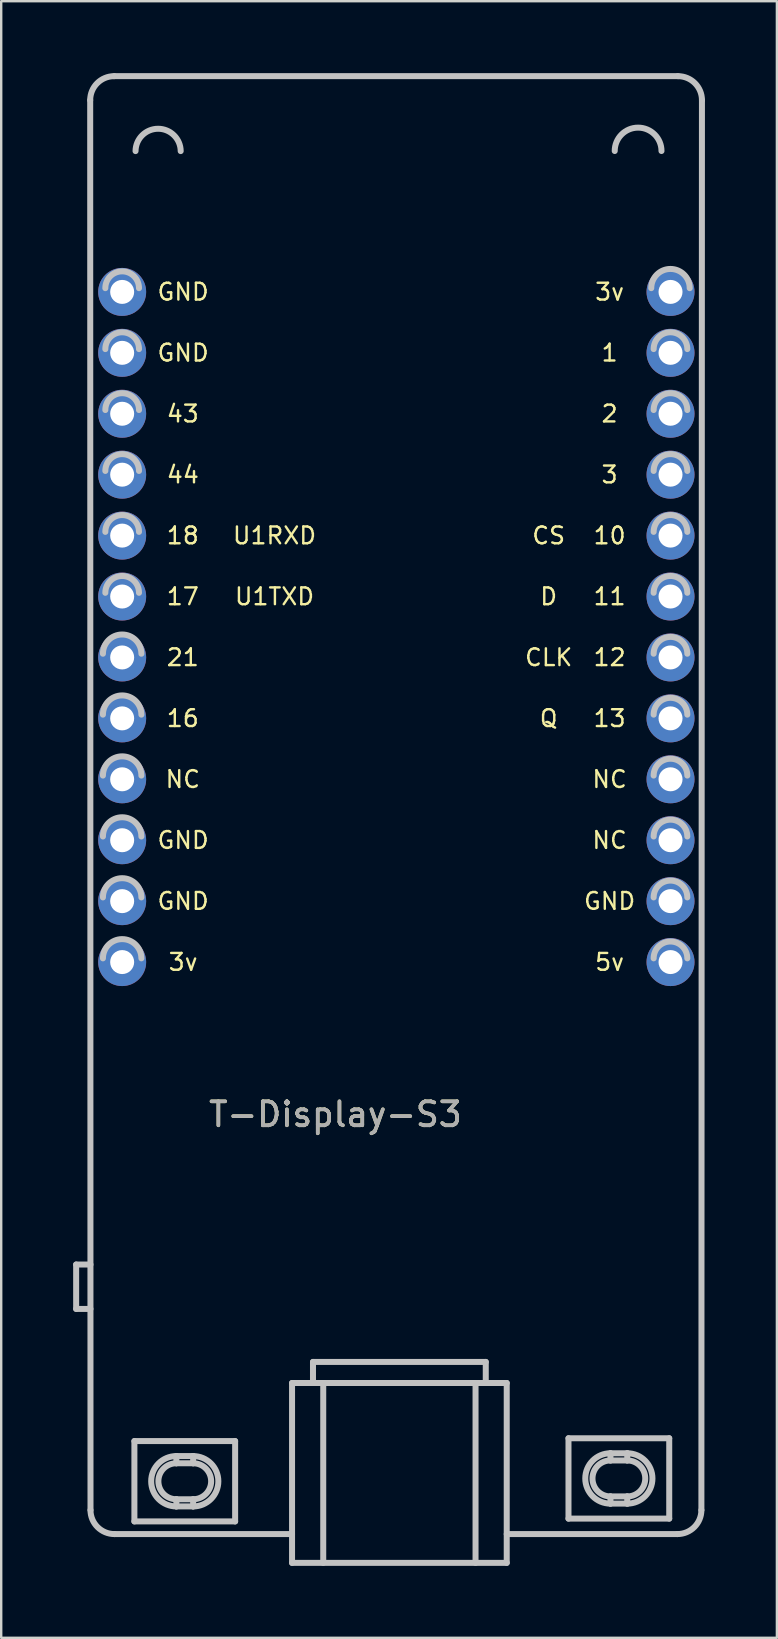
<source format=kicad_pcb>
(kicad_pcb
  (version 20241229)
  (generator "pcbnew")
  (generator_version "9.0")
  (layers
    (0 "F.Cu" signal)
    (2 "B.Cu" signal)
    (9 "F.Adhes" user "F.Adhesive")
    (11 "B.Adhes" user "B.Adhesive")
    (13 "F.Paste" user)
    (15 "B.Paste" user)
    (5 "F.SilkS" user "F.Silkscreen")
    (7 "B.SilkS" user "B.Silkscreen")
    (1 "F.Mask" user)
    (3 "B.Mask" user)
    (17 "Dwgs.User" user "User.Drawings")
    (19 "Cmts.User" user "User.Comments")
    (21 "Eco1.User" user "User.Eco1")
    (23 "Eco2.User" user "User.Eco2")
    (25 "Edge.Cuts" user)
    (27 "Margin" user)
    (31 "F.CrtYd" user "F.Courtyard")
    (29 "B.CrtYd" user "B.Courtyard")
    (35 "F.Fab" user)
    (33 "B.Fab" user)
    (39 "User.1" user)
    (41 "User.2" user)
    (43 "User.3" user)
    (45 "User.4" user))
  (footprint "T-Display-S3"
    (layer "F.Cu")
    (at 24.905 42.14)
    (property "Reference" "T-Display-S3" (at -13.97 1.27 0) (unlocked yes) (layer "F.SilkS") (effects (font (size 1 1) (thickness 0.15))))
    (attr smd)
    (fp_line (start -24.78 9.38) (end -24.78 7.53) (stroke (width 0.25) (type solid)) (layer "Dwgs.User"))
    (fp_line (start -24.184 7.53) (end -24.78 7.53) (stroke (width 0.25) (type solid)) (layer "Dwgs.User"))
    (fp_line (start -24.184 9.38) (end -24.78 9.38) (stroke (width 0.25) (type solid)) (layer "Dwgs.User"))
    (fp_line (start -24.182 17.768) (end -24.195 -41.014) (stroke (width 0.25) (type solid)) (layer "Dwgs.User"))
    (fp_line (start -23.195 -42.015) (end 0.31 -42.015) (stroke (width 0.25) (type solid)) (layer "Dwgs.User"))
    (fp_line (start -22.352 14.89) (end -22.352 18.24) (stroke (width 0.25) (type solid)) (layer "Dwgs.User"))
    (fp_line (start -22.352 18.24) (end -18.152 18.24) (stroke (width 0.25) (type solid)) (layer "Dwgs.User"))
    (fp_line (start -20.602 15.815) (end -20.602 15.515) (stroke (width 0.25) (type solid)) (layer "Dwgs.User"))
    (fp_line (start -20.602 17.315) (end -20.602 17.615) (stroke (width 0.25) (type solid)) (layer "Dwgs.User"))
    (fp_line (start -20.602 17.315) (end -19.902 17.315) (stroke (width 0.25) (type solid)) (layer "Dwgs.User"))
    (fp_line (start -20.602 17.615) (end -19.902 17.615) (stroke (width 0.25) (type solid)) (layer "Dwgs.User"))
    (fp_line (start -19.902 15.515) (end -20.602 15.515) (stroke (width 0.25) (type solid)) (layer "Dwgs.User"))
    (fp_line (start -19.902 15.815) (end -20.602 15.815) (stroke (width 0.25) (type solid)) (layer "Dwgs.User"))
    (fp_line (start -19.902 15.815) (end -19.902 15.515) (stroke (width 0.25) (type solid)) (layer "Dwgs.User"))
    (fp_line (start -19.902 17.315) (end -19.902 17.615) (stroke (width 0.25) (type solid)) (layer "Dwgs.User"))
    (fp_line (start -18.152 14.89) (end -22.352 14.89) (stroke (width 0.25) (type solid)) (layer "Dwgs.User"))
    (fp_line (start -18.152 18.24) (end -18.152 14.89) (stroke (width 0.25) (type solid)) (layer "Dwgs.User"))
    (fp_line (start -15.779 12.468) (end -15.779 19.968) (stroke (width 0.25) (type solid)) (layer "Dwgs.User"))
    (fp_line (start -15.779 18.768) (end -23.182 18.768) (stroke (width 0.25) (type solid)) (layer "Dwgs.User"))
    (fp_line (start -15.779 19.968) (end -6.829 19.968) (stroke (width 0.25) (type solid)) (layer "Dwgs.User"))
    (fp_line (start -14.906 11.59) (end -14.906 12.468) (stroke (width 0.25) (type solid)) (layer "Dwgs.User"))
    (fp_line (start -14.479 12.468) (end -14.479 19.968) (stroke (width 0.25) (type solid)) (layer "Dwgs.User"))
    (fp_line (start -8.129 19.968) (end -8.129 12.468) (stroke (width 0.25) (type solid)) (layer "Dwgs.User"))
    (fp_line (start -7.703 11.59) (end -14.906 11.59) (stroke (width 0.25) (type solid)) (layer "Dwgs.User"))
    (fp_line (start -7.703 12.468) (end -7.703 11.59) (stroke (width 0.25) (type solid)) (layer "Dwgs.User"))
    (fp_line (start -6.829 12.468) (end -15.779 12.468) (stroke (width 0.25) (type solid)) (layer "Dwgs.User"))
    (fp_line (start -6.829 19.968) (end -6.829 12.468) (stroke (width 0.25) (type solid)) (layer "Dwgs.User"))
    (fp_line (start -4.254 14.773) (end -4.254 18.123) (stroke (width 0.25) (type solid)) (layer "Dwgs.User"))
    (fp_line (start -4.254 18.123) (end -0.054 18.123) (stroke (width 0.25) (type solid)) (layer "Dwgs.User"))
    (fp_line (start -2.504 15.698) (end -2.504 15.398) (stroke (width 0.25) (type solid)) (layer "Dwgs.User"))
    (fp_line (start -2.504 17.198) (end -2.504 17.498) (stroke (width 0.25) (type solid)) (layer "Dwgs.User"))
    (fp_line (start -2.504 17.198) (end -1.804 17.198) (stroke (width 0.25) (type solid)) (layer "Dwgs.User"))
    (fp_line (start -2.504 17.498) (end -1.804 17.498) (stroke (width 0.25) (type solid)) (layer "Dwgs.User"))
    (fp_line (start -1.804 15.398) (end -2.504 15.398) (stroke (width 0.25) (type solid)) (layer "Dwgs.User"))
    (fp_line (start -1.804 15.698) (end -2.504 15.698) (stroke (width 0.25) (type solid)) (layer "Dwgs.User"))
    (fp_line (start -1.804 15.698) (end -1.804 15.398) (stroke (width 0.25) (type solid)) (layer "Dwgs.User"))
    (fp_line (start -1.804 17.198) (end -1.804 17.498) (stroke (width 0.25) (type solid)) (layer "Dwgs.User"))
    (fp_line (start -0.054 14.773) (end -4.254 14.773) (stroke (width 0.25) (type solid)) (layer "Dwgs.User"))
    (fp_line (start -0.054 18.123) (end -0.054 14.773) (stroke (width 0.25) (type solid)) (layer "Dwgs.User"))
    (fp_line (start 0.287 18.768) (end -6.829 18.768) (stroke (width 0.25) (type solid)) (layer "Dwgs.User"))
    (fp_line (start 1.31 -41.014) (end 1.287 17.768) (stroke (width 0.25) (type solid)) (layer "Dwgs.User"))
    (fp_arc (start -24.194935 -41.014488) (mid -23.902119 -41.721734) (end -23.194936 -42.014704) (stroke (width 0.25) (type solid)) (layer "Dwgs.User"))
    (fp_arc (start -23.663463 -17.935504) (mid -22.861864 -18.737103) (end -22.060265 -17.935504) (stroke (width 0.25) (type solid)) (layer "Dwgs.User"))
    (fp_arc (start -23.663463 -15.395504) (mid -22.861864 -16.197103) (end -22.060265 -15.395504) (stroke (width 0.25) (type solid)) (layer "Dwgs.User"))
    (fp_arc (start -23.663463 -12.855504) (mid -22.861864 -13.657103) (end -22.060265 -12.855504) (stroke (width 0.25) (type solid)) (layer "Dwgs.User"))
    (fp_arc (start -23.663463 -10.315504) (mid -22.861864 -11.117103) (end -22.060265 -10.315504) (stroke (width 0.25) (type solid)) (layer "Dwgs.User"))
    (fp_arc (start -23.663463 -7.775504) (mid -22.861864 -8.577103) (end -22.060265 -7.775504) (stroke (width 0.25) (type solid)) (layer "Dwgs.User"))
    (fp_arc (start -23.663463 -5.235504) (mid -22.861864 -6.037103) (end -22.060265 -5.235504) (stroke (width 0.25) (type solid)) (layer "Dwgs.User"))
    (fp_arc (start -23.563463 -33.175504) (mid -22.861864 -33.877103) (end -22.160265 -33.175504) (stroke (width 0.25) (type solid)) (layer "Dwgs.User"))
    (fp_arc (start -23.563463 -30.635504) (mid -22.861864 -31.337103) (end -22.160265 -30.635504) (stroke (width 0.25) (type solid)) (layer "Dwgs.User"))
    (fp_arc (start -23.563463 -28.095504) (mid -22.861864 -28.797103) (end -22.160265 -28.095504) (stroke (width 0.25) (type solid)) (layer "Dwgs.User"))
    (fp_arc (start -23.563463 -25.555504) (mid -22.861864 -26.257103) (end -22.160265 -25.555504) (stroke (width 0.25) (type solid)) (layer "Dwgs.User"))
    (fp_arc (start -23.563463 -23.015504) (mid -22.861864 -23.717103) (end -22.160265 -23.015504) (stroke (width 0.25) (type solid)) (layer "Dwgs.User"))
    (fp_arc (start -23.563463 -20.475504) (mid -22.861864 -21.177103) (end -22.160265 -20.475504) (stroke (width 0.25) (type solid)) (layer "Dwgs.User"))
    (fp_arc (start -23.182212 18.767504) (mid -23.889242 18.474687) (end -24.182212 17.76772) (stroke (width 0.25) (type solid)) (layer "Dwgs.User"))
    (fp_arc (start -22.304036 -38.890507) (mid -21.362862 -39.831681) (end -20.421688 -38.890507) (stroke (width 0.25) (type solid)) (layer "Dwgs.User"))
    (fp_arc (start -20.601865 17.315496) (mid -21.351865 16.565496) (end -20.601865 15.815496) (stroke (width 0.25) (type solid)) (layer "Dwgs.User"))
    (fp_arc (start -20.601865 17.615497) (mid -21.651866 16.565496) (end -20.601865 15.515496) (stroke (width 0.25) (type solid)) (layer "Dwgs.User"))
    (fp_arc (start -19.901865 15.515496) (mid -18.851864 16.565497) (end -19.901865 17.615497) (stroke (width 0.25) (type solid)) (layer "Dwgs.User"))
    (fp_arc (start -19.901865 15.815496) (mid -19.151865 16.565496) (end -19.901865 17.315496) (stroke (width 0.25) (type solid)) (layer "Dwgs.User"))
    (fp_arc (start -2.503865 17.198296) (mid -3.253866 16.448295) (end -2.503865 15.698295) (stroke (width 0.25) (type solid)) (layer "Dwgs.User"))
    (fp_arc (start -2.503864 17.498295) (mid -3.553865 16.448295) (end -2.503864 15.398295) (stroke (width 0.25) (type solid)) (layer "Dwgs.User"))
    (fp_arc (start -2.326355 -38.894106) (mid -1.351506 -39.868956) (end -0.376656 -38.894106) (stroke (width 0.25) (type solid)) (layer "Dwgs.User"))
    (fp_arc (start -1.803865 15.398295) (mid -0.753864 16.448295) (end -1.803865 17.498295) (stroke (width 0.25) (type solid)) (layer "Dwgs.User"))
    (fp_arc (start -1.803865 15.698295) (mid -1.053865 16.448295) (end -1.803865 17.198295) (stroke (width 0.25) (type solid)) (layer "Dwgs.User"))
    (fp_arc (start -0.803463 -33.175903) (mid -0.001864 -33.977502) (end 0.799735 -33.175903) (stroke (width 0.25) (type solid)) (layer "Dwgs.User"))
    (fp_arc (start -0.703463 -30.635903) (mid -0.001864 -31.337502) (end 0.699736 -30.635903) (stroke (width 0.25) (type solid)) (layer "Dwgs.User"))
    (fp_arc (start -0.703463 -28.095903) (mid -0.001864 -28.797502) (end 0.699736 -28.095903) (stroke (width 0.25) (type solid)) (layer "Dwgs.User"))
    (fp_arc (start -0.703463 -25.555903) (mid -0.001864 -26.257502) (end 0.699736 -25.555903) (stroke (width 0.25) (type solid)) (layer "Dwgs.User"))
    (fp_arc (start -0.703463 -23.015903) (mid -0.001864 -23.717502) (end 0.699736 -23.015903) (stroke (width 0.25) (type solid)) (layer "Dwgs.User"))
    (fp_arc (start -0.703463 -20.475903) (mid -0.001864 -21.177502) (end 0.699736 -20.475903) (stroke (width 0.25) (type solid)) (layer "Dwgs.User"))
    (fp_arc (start -0.703463 -17.935903) (mid -0.001864 -18.637502) (end 0.699736 -17.935903) (stroke (width 0.25) (type solid)) (layer "Dwgs.User"))
    (fp_arc (start -0.703463 -15.395903) (mid -0.001864 -16.097502) (end 0.699736 -15.395903) (stroke (width 0.25) (type solid)) (layer "Dwgs.User"))
    (fp_arc (start -0.703463 -12.855903) (mid -0.001864 -13.557502) (end 0.699736 -12.855903) (stroke (width 0.25) (type solid)) (layer "Dwgs.User"))
    (fp_arc (start -0.703463 -10.315903) (mid -0.001864 -11.017502) (end 0.699736 -10.315903) (stroke (width 0.25) (type solid)) (layer "Dwgs.User"))
    (fp_arc (start -0.703463 -7.775903) (mid -0.001864 -8.477502) (end 0.699736 -7.775903) (stroke (width 0.25) (type solid)) (layer "Dwgs.User"))
    (fp_arc (start -0.703463 -5.235903) (mid -0.001864 -5.937502) (end 0.699736 -5.235903) (stroke (width 0.25) (type solid)) (layer "Dwgs.User"))
    (fp_arc (start 0.310267 -42.014704) (mid 1.017515 -41.721669) (end 1.310267 -41.014303) (stroke (width 0.25) (type solid)) (layer "Dwgs.User"))
    (fp_arc (start 1.286687 17.767905) (mid 0.993652 18.474753) (end 0.286687 18.767504) (stroke (width 0.25) (type solid)) (layer "Dwgs.User"))
    (fp_text user "1" (at -2.54 -30.48 0) (unlocked yes) (layer "F.SilkS") (effects (font (size 0.7 0.7) (thickness 0.1))))
    (fp_text user "3v" (at -20.32 -5.08 0) (unlocked yes) (layer "F.SilkS") (effects (font (size 0.7 0.7) (thickness 0.1))))
    (fp_text user "11" (at -2.54 -20.32 0) (unlocked yes) (layer "F.SilkS") (effects (font (size 0.7 0.7) (thickness 0.1))))
    (fp_text user "NC" (at -2.54 -10.16 0) (unlocked yes) (layer "F.SilkS") (effects (font (size 0.7 0.7) (thickness 0.1))))
    (fp_text user "12" (at -2.54 -17.78 0) (unlocked yes) (layer "F.SilkS") (effects (font (size 0.7 0.7) (thickness 0.1))))
    (fp_text user "GND" (at -20.32 -10.16 0) (unlocked yes) (layer "F.SilkS") (effects (font (size 0.7 0.7) (thickness 0.1))))
    (fp_text user "18" (at -20.334 -22.86 0) (unlocked yes) (layer "F.SilkS") (effects (font (size 0.7 0.7) (thickness 0.1))))
    (fp_text user "NC" (at -2.54 -12.7 0) (unlocked yes) (layer "F.SilkS") (effects (font (size 0.7 0.7) (thickness 0.1))))
    (fp_text user "GND" (at -20.32 -33.02 0) (unlocked yes) (layer "F.SilkS") (effects (font (size 0.7 0.7) (thickness 0.1))))
    (fp_text user "3v" (at -2.54 -33.02 0) (unlocked yes) (layer "F.SilkS") (effects (font (size 0.7 0.7) (thickness 0.1))))
    (fp_text user "43" (at -20.334 -27.94 0) (unlocked yes) (layer "F.SilkS") (effects (font (size 0.7 0.7) (thickness 0.1))))
    (fp_text user "21" (at -20.334 -17.78 0) (unlocked yes) (layer "F.SilkS") (effects (font (size 0.7 0.7) (thickness 0.1))))
    (fp_text user "3" (at -2.54 -25.4 0) (unlocked yes) (layer "F.SilkS") (effects (font (size 0.7 0.7) (thickness 0.1))))
    (fp_text user "U1TXD" (at -16.51 -20.32 0) (unlocked yes) (layer "F.SilkS") (effects (font (size 0.7 0.7) (thickness 0.1))))
    (fp_text user "U1RXD" (at -16.51 -22.86 0) (unlocked yes) (layer "F.SilkS") (effects (font (size 0.7 0.7) (thickness 0.1))))
    (fp_text user "10" (at -2.54 -22.86 0) (unlocked yes) (layer "F.SilkS") (effects (font (size 0.7 0.7) (thickness 0.1))))
    (fp_text user "GND" (at -2.54 -7.62 0) (unlocked yes) (layer "F.SilkS") (effects (font (size 0.7 0.7) (thickness 0.1))))
    (fp_text user "16" (at -20.334 -15.24 0) (unlocked yes) (layer "F.SilkS") (effects (font (size 0.7 0.7) (thickness 0.1))))
    (fp_text user "2" (at -2.54 -27.94 0) (unlocked yes) (layer "F.SilkS") (effects (font (size 0.7 0.7) (thickness 0.1))))
    (fp_text user "D" (at -5.08 -20.32 0) (unlocked yes) (layer "F.SilkS") (effects (font (size 0.7 0.7) (thickness 0.1))))
    (fp_text user "NC" (at -20.334 -12.7 0) (unlocked yes) (layer "F.SilkS") (effects (font (size 0.7 0.7) (thickness 0.1))))
    (fp_text user "GND" (at -20.32 -7.62 0) (unlocked yes) (layer "F.SilkS") (effects (font (size 0.7 0.7) (thickness 0.1))))
    (fp_text user "17" (at -20.334 -20.32 0) (unlocked yes) (layer "F.SilkS") (effects (font (size 0.7 0.7) (thickness 0.1))))
    (fp_text user "Q" (at -5.08 -15.24 0) (unlocked yes) (layer "F.SilkS") (effects (font (size 0.7 0.7) (thickness 0.1))))
    (fp_text user "CLK" (at -5.08 -17.78 0) (unlocked yes) (layer "F.SilkS") (effects (font (size 0.7 0.7) (thickness 0.1))))
    (fp_text user "GND" (at -20.32 -30.48 0) (unlocked yes) (layer "F.SilkS") (effects (font (size 0.7 0.7) (thickness 0.1))))
    (fp_text user "44" (at -20.334 -25.4 0) (unlocked yes) (layer "F.SilkS") (effects (font (size 0.7 0.7) (thickness 0.1))))
    (fp_text user "5v" (at -2.54 -5.08 0) (unlocked yes) (layer "F.SilkS") (effects (font (size 0.7 0.7) (thickness 0.1))))
    (fp_text user "13" (at -2.54 -15.24 0) (unlocked yes) (layer "F.SilkS") (effects (font (size 0.7 0.7) (thickness 0.1))))
    (fp_text user "CS" (at -5.08 -22.86 0) (unlocked yes) (layer "F.SilkS") (effects (font (size 0.7 0.7) (thickness 0.1))))
    (fp_text user "${REFERENCE}" (at -13.97 1.27 0) (unlocked yes) (layer "F.Fab") (effects (font (size 1 1) (thickness 0.15))))
    (pad "1" thru_hole circle (at 0 -33.02) (size 2 2) (drill 1) (layers "*.Cu" "*.Mask"))
    (pad "2" thru_hole circle (at 0 -30.48) (size 2 2) (drill 1) (layers "*.Cu" "*.Mask"))
    (pad "3" thru_hole circle (at 0 -27.94) (size 2 2) (drill 1) (layers "*.Cu" "*.Mask"))
    (pad "4" thru_hole circle (at 0 -25.4) (size 2 2) (drill 1) (layers "*.Cu" "*.Mask"))
    (pad "5" thru_hole circle (at 0 -22.86) (size 2 2) (drill 1) (layers "*.Cu" "*.Mask"))
    (pad "6" thru_hole circle (at 0 -20.32) (size 2 2) (drill 1) (layers "*.Cu" "*.Mask"))
    (pad "7" thru_hole circle (at 0 -17.78) (size 2 2) (drill 1) (layers "*.Cu" "*.Mask"))
    (pad "8" thru_hole circle (at 0 -15.24) (size 2 2) (drill 1) (layers "*.Cu" "*.Mask"))
    (pad "9" thru_hole circle (at 0 -12.7) (size 2 2) (drill 1) (layers "*.Cu" "*.Mask"))
    (pad "10" thru_hole circle (at 0 -10.16) (size 2 2) (drill 1) (layers "*.Cu" "*.Mask"))
    (pad "11" thru_hole circle (at 0 -7.62) (size 2 2) (drill 1) (layers "*.Cu" "*.Mask"))
    (pad "12" thru_hole circle (at 0 -5.08) (size 2 2) (drill 1) (layers "*.Cu" "*.Mask"))
    (pad "13" thru_hole circle (at -22.862 -33.02) (size 2 2) (drill 1) (layers "*.Cu" "*.Mask"))
    (pad "14" thru_hole circle (at -22.862 -30.48) (size 2 2) (drill 1) (layers "*.Cu" "*.Mask"))
    (pad "15" thru_hole circle (at -22.862 -27.94) (size 2 2) (drill 1) (layers "*.Cu" "*.Mask"))
    (pad "16" thru_hole circle (at -22.862 -25.4) (size 2 2) (drill 1) (layers "*.Cu" "*.Mask"))
    (pad "17" thru_hole circle (at -22.862 -22.86) (size 2 2) (drill 1) (layers "*.Cu" "*.Mask"))
    (pad "18" thru_hole circle (at -22.862 -20.32) (size 2 2) (drill 1) (layers "*.Cu" "*.Mask"))
    (pad "19" thru_hole circle (at -22.862 -17.78) (size 2 2) (drill 1) (layers "*.Cu" "*.Mask"))
    (pad "20" thru_hole circle (at -22.862 -15.24) (size 2 2) (drill 1) (layers "*.Cu" "*.Mask"))
    (pad "21" thru_hole circle (at -22.862 -12.7) (size 2 2) (drill 1) (layers "*.Cu" "*.Mask"))
    (pad "22" thru_hole circle (at -22.862 -10.16) (size 2 2) (drill 1) (layers "*.Cu" "*.Mask"))
    (pad "23" thru_hole circle (at -22.862 -7.62) (size 2 2) (drill 1) (layers "*.Cu" "*.Mask"))
    (pad "24" thru_hole circle (at -22.862 -5.08) (size 2 2) (drill 1) (layers "*.Cu" "*.Mask")))
  (gr_rect
    (start -3 -3)
    (end 29.34 65.232)
    (stroke (width 0.1) (type default))
    (fill no)
    (layer "Edge.Cuts")))
</source>
